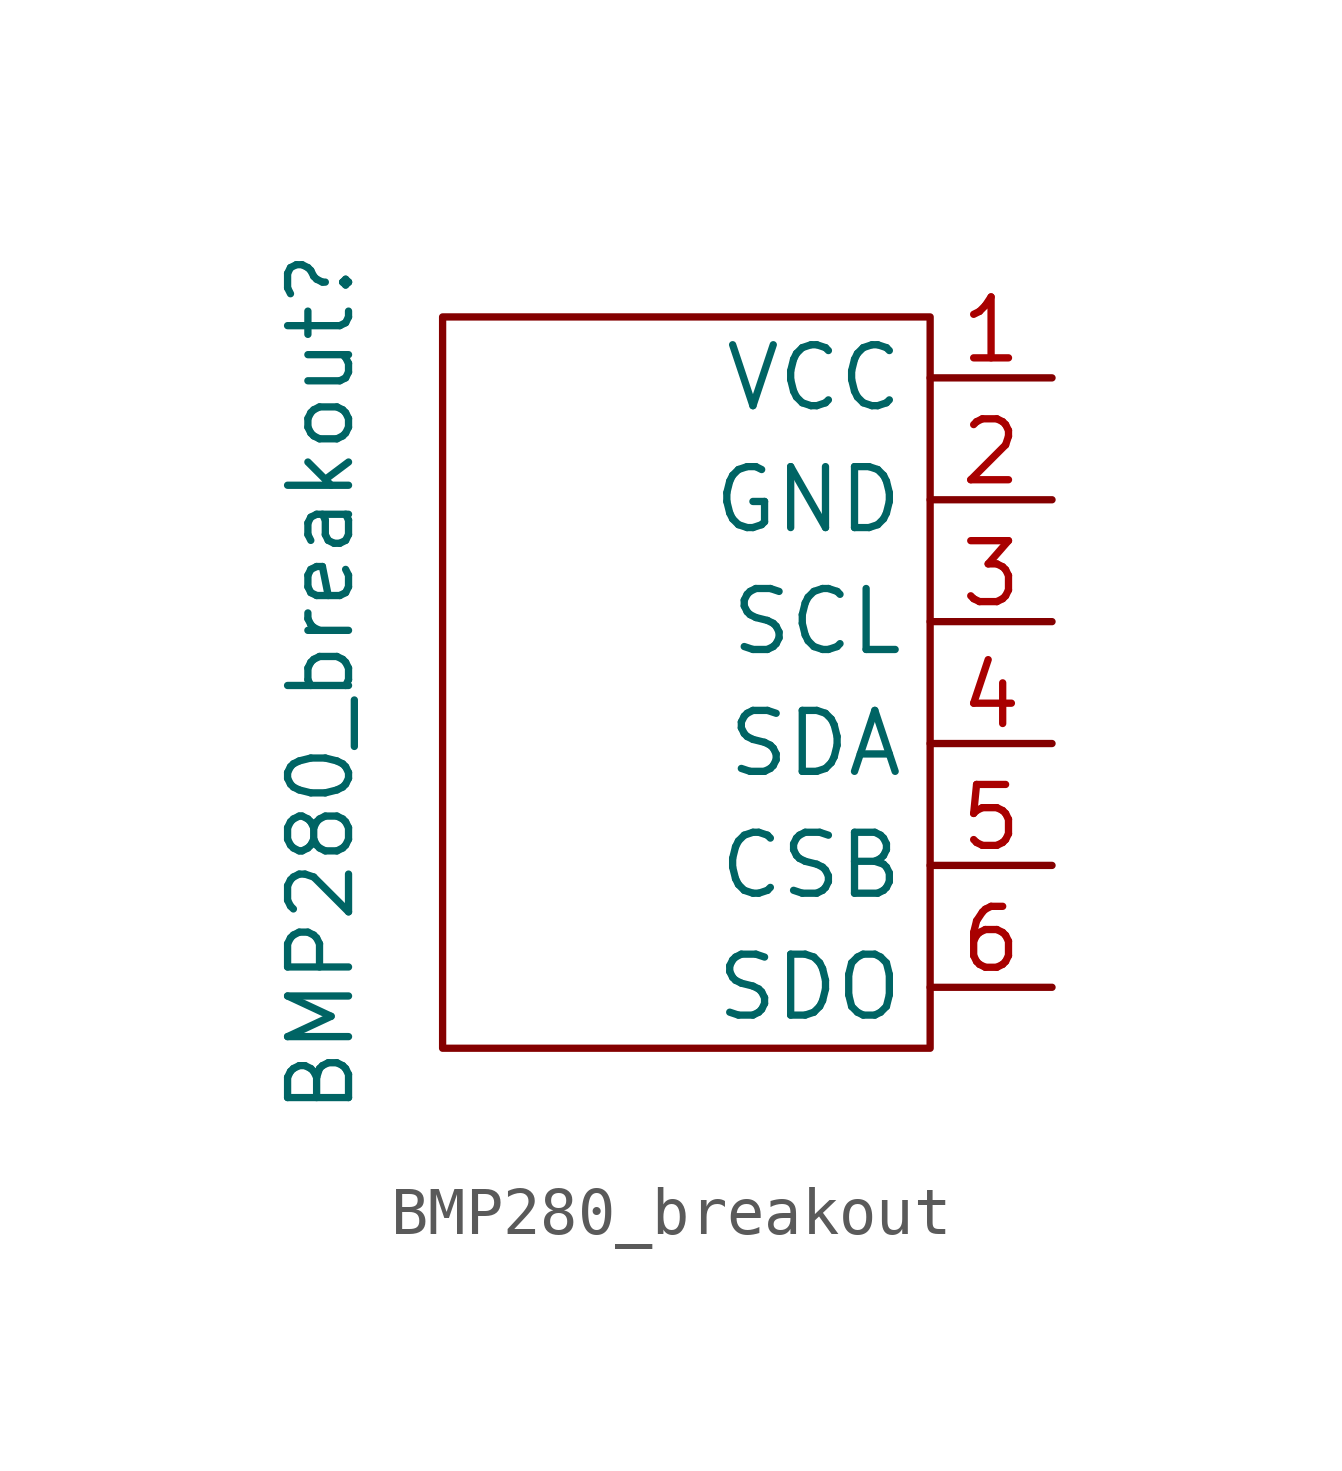
<source format=kicad_sym>
(kicad_symbol_lib
  (version 20220914)
  (generator kicad_symbol_editor)
  (symbol "BMP280_breakout"
    (property "Reference" "BMP280_breakout"
      (at -7.62 0 90)
      (effects (font (size 1.27 1.27))))
    (property "Value" ""
      (at 5.08 1.27 0)
      (effects (font (size 1.27 1.27))))
    (symbol "BMP280_breakout_0_1"
      (rectangle (start -5.08 7.62) (end 5.08 -7.62) (stroke (width 0) (type default)) (fill (type none))))
    (symbol "BMP280_breakout_1_1"
      (pin input line (at 7.62 6.35 180) (length 2.54) (name "VCC" (effects (font (size 1.27 1.27)))) (number "1" (effects (font (size 1.27 1.27)))))
      (pin input line (at 7.62 3.81 180) (length 2.54) (name "GND" (effects (font (size 1.27 1.27)))) (number "2" (effects (font (size 1.27 1.27)))))
      (pin input line (at 7.62 1.27 180) (length 2.54) (name "SCL" (effects (font (size 1.27 1.27)))) (number "3" (effects (font (size 1.27 1.27)))))
      (pin bidirectional line (at 7.62 -1.27 180) (length 2.54) (name "SDA" (effects (font (size 1.27 1.27)))) (number "4" (effects (font (size 1.27 1.27)))))
      (pin bidirectional line (at 7.62 -3.81 180) (length 2.54) (name "CSB" (effects (font (size 1.27 1.27)))) (number "5" (effects (font (size 1.27 1.27)))))
      (pin bidirectional line (at 7.62 -6.35 180) (length 2.54) (name "SDO" (effects (font (size 1.27 1.27)))) (number "6" (effects (font (size 1.27 1.27))))))))
</source>
